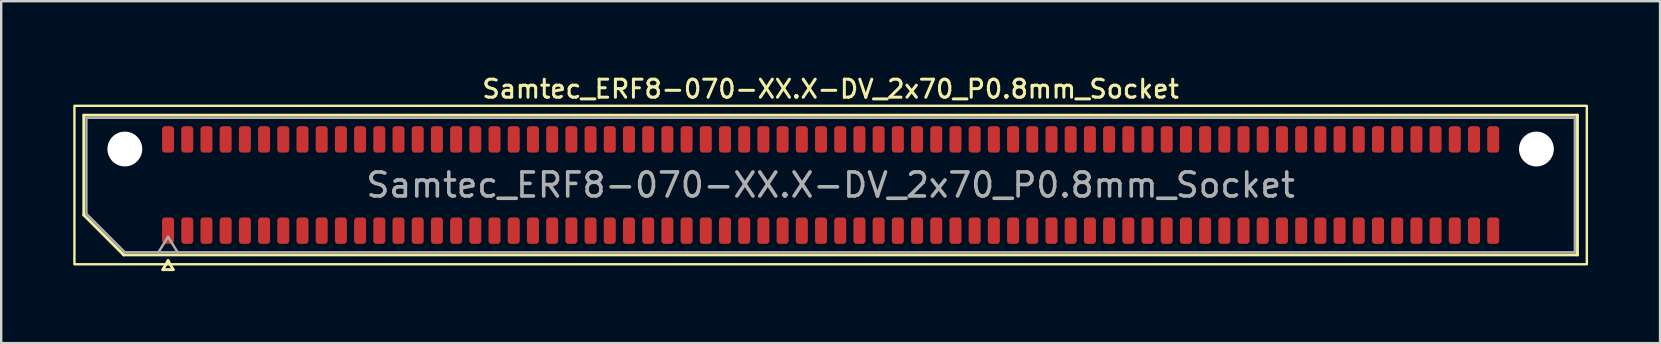
<source format=kicad_pcb>
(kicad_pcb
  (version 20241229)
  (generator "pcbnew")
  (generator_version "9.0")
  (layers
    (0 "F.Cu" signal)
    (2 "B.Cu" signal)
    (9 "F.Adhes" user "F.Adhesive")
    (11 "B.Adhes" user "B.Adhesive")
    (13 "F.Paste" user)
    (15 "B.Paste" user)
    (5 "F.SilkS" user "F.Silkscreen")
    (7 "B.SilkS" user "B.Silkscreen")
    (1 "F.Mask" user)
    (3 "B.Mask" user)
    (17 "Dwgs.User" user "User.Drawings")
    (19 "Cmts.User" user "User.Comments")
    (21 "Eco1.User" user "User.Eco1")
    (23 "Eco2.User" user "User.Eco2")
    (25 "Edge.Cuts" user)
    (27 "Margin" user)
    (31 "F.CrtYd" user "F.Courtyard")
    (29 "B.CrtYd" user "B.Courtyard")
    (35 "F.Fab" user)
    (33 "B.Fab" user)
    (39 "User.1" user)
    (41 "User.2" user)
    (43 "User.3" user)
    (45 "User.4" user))
  (footprint "Samtec_ERF8-070-XX.X-DV_2x70_P0.8mm_Socket"
    (layer "F.Cu")
    (at 31.55 4.658)
    (property "Reference" "Samtec_ERF8-070-XX.X-DV_2x70_P0.8mm_Socket" (at 0 -4 0) (layer "F.SilkS") (effects (font (size 0.75 0.75) (thickness 0.125))))
    (attr smd)
    (fp_line (start -31.11 -2.91) (end 31.11 -2.91) (stroke (width 0.12) (type solid)) (layer "F.SilkS"))
    (fp_line (start -31.11 1.246) (end -31.11 -2.91) (stroke (width 0.12) (type solid)) (layer "F.SilkS"))
    (fp_line (start -29.446 2.91) (end -31.11 1.246) (stroke (width 0.12) (type solid)) (layer "F.SilkS"))
    (fp_line (start -27.817 3.525) (end -27.6 3.15) (stroke (width 0.12) (type solid)) (layer "F.SilkS"))
    (fp_line (start -27.6 3.15) (end -27.383 3.525) (stroke (width 0.12) (type solid)) (layer "F.SilkS"))
    (fp_line (start -27.383 3.525) (end -27.817 3.525) (stroke (width 0.12) (type solid)) (layer "F.SilkS"))
    (fp_line (start 31.11 -2.91) (end 31.11 2.91) (stroke (width 0.12) (type solid)) (layer "F.SilkS"))
    (fp_line (start 31.11 2.91) (end -29.446 2.91) (stroke (width 0.12) (type solid)) (layer "F.SilkS"))
    (fp_rect (start -31.5 -3.3) (end 31.5 3.3) (stroke (width 0.1) (type solid)) (fill no) (layer "F.SilkS"))
    (fp_line (start -31 -2.8) (end 31 -2.8) (stroke (width 0.1) (type solid)) (layer "F.Fab"))
    (fp_line (start -31 1.2) (end -31 -2.8) (stroke (width 0.1) (type solid)) (layer "F.Fab"))
    (fp_line (start -29.4 2.8) (end -31 1.2) (stroke (width 0.1) (type solid)) (layer "F.Fab"))
    (fp_line (start -28 2.8) (end -27.6 2.16) (stroke (width 0.1) (type solid)) (layer "F.Fab"))
    (fp_line (start -27.6 2.16) (end -27.2 2.8) (stroke (width 0.1) (type solid)) (layer "F.Fab"))
    (fp_line (start 31 -2.8) (end 31 2.8) (stroke (width 0.1) (type solid)) (layer "F.Fab"))
    (fp_line (start 31 2.8) (end -29.4 2.8) (stroke (width 0.1) (type solid)) (layer "F.Fab"))
    (fp_text user "${REFERENCE}" (at 0 0 0) (layer "F.Fab") (effects (font (size 1 1) (thickness 0.15))))
    (pad "" np_thru_hole circle (at -29.4 -1.5) (size 1.45 1.45) (drill 1.45) (layers "*.Cu" "*.Mask"))
    (pad "" np_thru_hole circle (at 29.4 -1.5) (size 1.45 1.45) (drill 1.45) (layers "*.Cu" "*.Mask"))
    (pad "1" smd roundrect (at -27.6 1.9) (size 0.5 1.1) (layers "F.Cu" "F.Mask" "F.Paste") (roundrect_rratio 0.25))
    (pad "2" smd roundrect (at -27.6 -1.9) (size 0.5 1.1) (layers "F.Cu" "F.Mask" "F.Paste") (roundrect_rratio 0.25))
    (pad "3" smd roundrect (at -26.8 1.9) (size 0.5 1.1) (layers "F.Cu" "F.Mask" "F.Paste") (roundrect_rratio 0.25))
    (pad "4" smd roundrect (at -26.8 -1.9) (size 0.5 1.1) (layers "F.Cu" "F.Mask" "F.Paste") (roundrect_rratio 0.25))
    (pad "5" smd roundrect (at -26 1.9) (size 0.5 1.1) (layers "F.Cu" "F.Mask" "F.Paste") (roundrect_rratio 0.25))
    (pad "6" smd roundrect (at -26 -1.9) (size 0.5 1.1) (layers "F.Cu" "F.Mask" "F.Paste") (roundrect_rratio 0.25))
    (pad "7" smd roundrect (at -25.2 1.9) (size 0.5 1.1) (layers "F.Cu" "F.Mask" "F.Paste") (roundrect_rratio 0.25))
    (pad "8" smd roundrect (at -25.2 -1.9) (size 0.5 1.1) (layers "F.Cu" "F.Mask" "F.Paste") (roundrect_rratio 0.25))
    (pad "9" smd roundrect (at -24.4 1.9) (size 0.5 1.1) (layers "F.Cu" "F.Mask" "F.Paste") (roundrect_rratio 0.25))
    (pad "10" smd roundrect (at -24.4 -1.9) (size 0.5 1.1) (layers "F.Cu" "F.Mask" "F.Paste") (roundrect_rratio 0.25))
    (pad "11" smd roundrect (at -23.6 1.9) (size 0.5 1.1) (layers "F.Cu" "F.Mask" "F.Paste") (roundrect_rratio 0.25))
    (pad "12" smd roundrect (at -23.6 -1.9) (size 0.5 1.1) (layers "F.Cu" "F.Mask" "F.Paste") (roundrect_rratio 0.25))
    (pad "13" smd roundrect (at -22.8 1.9) (size 0.5 1.1) (layers "F.Cu" "F.Mask" "F.Paste") (roundrect_rratio 0.25))
    (pad "14" smd roundrect (at -22.8 -1.9) (size 0.5 1.1) (layers "F.Cu" "F.Mask" "F.Paste") (roundrect_rratio 0.25))
    (pad "15" smd roundrect (at -22 1.9) (size 0.5 1.1) (layers "F.Cu" "F.Mask" "F.Paste") (roundrect_rratio 0.25))
    (pad "16" smd roundrect (at -22 -1.9) (size 0.5 1.1) (layers "F.Cu" "F.Mask" "F.Paste") (roundrect_rratio 0.25))
    (pad "17" smd roundrect (at -21.2 1.9) (size 0.5 1.1) (layers "F.Cu" "F.Mask" "F.Paste") (roundrect_rratio 0.25))
    (pad "18" smd roundrect (at -21.2 -1.9) (size 0.5 1.1) (layers "F.Cu" "F.Mask" "F.Paste") (roundrect_rratio 0.25))
    (pad "19" smd roundrect (at -20.4 1.9) (size 0.5 1.1) (layers "F.Cu" "F.Mask" "F.Paste") (roundrect_rratio 0.25))
    (pad "20" smd roundrect (at -20.4 -1.9) (size 0.5 1.1) (layers "F.Cu" "F.Mask" "F.Paste") (roundrect_rratio 0.25))
    (pad "21" smd roundrect (at -19.6 1.9) (size 0.5 1.1) (layers "F.Cu" "F.Mask" "F.Paste") (roundrect_rratio 0.25))
    (pad "22" smd roundrect (at -19.6 -1.9) (size 0.5 1.1) (layers "F.Cu" "F.Mask" "F.Paste") (roundrect_rratio 0.25))
    (pad "23" smd roundrect (at -18.8 1.9) (size 0.5 1.1) (layers "F.Cu" "F.Mask" "F.Paste") (roundrect_rratio 0.25))
    (pad "24" smd roundrect (at -18.8 -1.9) (size 0.5 1.1) (layers "F.Cu" "F.Mask" "F.Paste") (roundrect_rratio 0.25))
    (pad "25" smd roundrect (at -18 1.9) (size 0.5 1.1) (layers "F.Cu" "F.Mask" "F.Paste") (roundrect_rratio 0.25))
    (pad "26" smd roundrect (at -18 -1.9) (size 0.5 1.1) (layers "F.Cu" "F.Mask" "F.Paste") (roundrect_rratio 0.25))
    (pad "27" smd roundrect (at -17.2 1.9) (size 0.5 1.1) (layers "F.Cu" "F.Mask" "F.Paste") (roundrect_rratio 0.25))
    (pad "28" smd roundrect (at -17.2 -1.9) (size 0.5 1.1) (layers "F.Cu" "F.Mask" "F.Paste") (roundrect_rratio 0.25))
    (pad "29" smd roundrect (at -16.4 1.9) (size 0.5 1.1) (layers "F.Cu" "F.Mask" "F.Paste") (roundrect_rratio 0.25))
    (pad "30" smd roundrect (at -16.4 -1.9) (size 0.5 1.1) (layers "F.Cu" "F.Mask" "F.Paste") (roundrect_rratio 0.25))
    (pad "31" smd roundrect (at -15.6 1.9) (size 0.5 1.1) (layers "F.Cu" "F.Mask" "F.Paste") (roundrect_rratio 0.25))
    (pad "32" smd roundrect (at -15.6 -1.9) (size 0.5 1.1) (layers "F.Cu" "F.Mask" "F.Paste") (roundrect_rratio 0.25))
    (pad "33" smd roundrect (at -14.8 1.9) (size 0.5 1.1) (layers "F.Cu" "F.Mask" "F.Paste") (roundrect_rratio 0.25))
    (pad "34" smd roundrect (at -14.8 -1.9) (size 0.5 1.1) (layers "F.Cu" "F.Mask" "F.Paste") (roundrect_rratio 0.25))
    (pad "35" smd roundrect (at -14 1.9) (size 0.5 1.1) (layers "F.Cu" "F.Mask" "F.Paste") (roundrect_rratio 0.25))
    (pad "36" smd roundrect (at -14 -1.9) (size 0.5 1.1) (layers "F.Cu" "F.Mask" "F.Paste") (roundrect_rratio 0.25))
    (pad "37" smd roundrect (at -13.2 1.9) (size 0.5 1.1) (layers "F.Cu" "F.Mask" "F.Paste") (roundrect_rratio 0.25))
    (pad "38" smd roundrect (at -13.2 -1.9) (size 0.5 1.1) (layers "F.Cu" "F.Mask" "F.Paste") (roundrect_rratio 0.25))
    (pad "39" smd roundrect (at -12.4 1.9) (size 0.5 1.1) (layers "F.Cu" "F.Mask" "F.Paste") (roundrect_rratio 0.25))
    (pad "40" smd roundrect (at -12.4 -1.9) (size 0.5 1.1) (layers "F.Cu" "F.Mask" "F.Paste") (roundrect_rratio 0.25))
    (pad "41" smd roundrect (at -11.6 1.9) (size 0.5 1.1) (layers "F.Cu" "F.Mask" "F.Paste") (roundrect_rratio 0.25))
    (pad "42" smd roundrect (at -11.6 -1.9) (size 0.5 1.1) (layers "F.Cu" "F.Mask" "F.Paste") (roundrect_rratio 0.25))
    (pad "43" smd roundrect (at -10.8 1.9) (size 0.5 1.1) (layers "F.Cu" "F.Mask" "F.Paste") (roundrect_rratio 0.25))
    (pad "44" smd roundrect (at -10.8 -1.9) (size 0.5 1.1) (layers "F.Cu" "F.Mask" "F.Paste") (roundrect_rratio 0.25))
    (pad "45" smd roundrect (at -10 1.9) (size 0.5 1.1) (layers "F.Cu" "F.Mask" "F.Paste") (roundrect_rratio 0.25))
    (pad "46" smd roundrect (at -10 -1.9) (size 0.5 1.1) (layers "F.Cu" "F.Mask" "F.Paste") (roundrect_rratio 0.25))
    (pad "47" smd roundrect (at -9.2 1.9) (size 0.5 1.1) (layers "F.Cu" "F.Mask" "F.Paste") (roundrect_rratio 0.25))
    (pad "48" smd roundrect (at -9.2 -1.9) (size 0.5 1.1) (layers "F.Cu" "F.Mask" "F.Paste") (roundrect_rratio 0.25))
    (pad "49" smd roundrect (at -8.4 1.9) (size 0.5 1.1) (layers "F.Cu" "F.Mask" "F.Paste") (roundrect_rratio 0.25))
    (pad "50" smd roundrect (at -8.4 -1.9) (size 0.5 1.1) (layers "F.Cu" "F.Mask" "F.Paste") (roundrect_rratio 0.25))
    (pad "51" smd roundrect (at -7.6 1.9) (size 0.5 1.1) (layers "F.Cu" "F.Mask" "F.Paste") (roundrect_rratio 0.25))
    (pad "52" smd roundrect (at -7.6 -1.9) (size 0.5 1.1) (layers "F.Cu" "F.Mask" "F.Paste") (roundrect_rratio 0.25))
    (pad "53" smd roundrect (at -6.8 1.9) (size 0.5 1.1) (layers "F.Cu" "F.Mask" "F.Paste") (roundrect_rratio 0.25))
    (pad "54" smd roundrect (at -6.8 -1.9) (size 0.5 1.1) (layers "F.Cu" "F.Mask" "F.Paste") (roundrect_rratio 0.25))
    (pad "55" smd roundrect (at -6 1.9) (size 0.5 1.1) (layers "F.Cu" "F.Mask" "F.Paste") (roundrect_rratio 0.25))
    (pad "56" smd roundrect (at -6 -1.9) (size 0.5 1.1) (layers "F.Cu" "F.Mask" "F.Paste") (roundrect_rratio 0.25))
    (pad "57" smd roundrect (at -5.2 1.9) (size 0.5 1.1) (layers "F.Cu" "F.Mask" "F.Paste") (roundrect_rratio 0.25))
    (pad "58" smd roundrect (at -5.2 -1.9) (size 0.5 1.1) (layers "F.Cu" "F.Mask" "F.Paste") (roundrect_rratio 0.25))
    (pad "59" smd roundrect (at -4.4 1.9) (size 0.5 1.1) (layers "F.Cu" "F.Mask" "F.Paste") (roundrect_rratio 0.25))
    (pad "60" smd roundrect (at -4.4 -1.9) (size 0.5 1.1) (layers "F.Cu" "F.Mask" "F.Paste") (roundrect_rratio 0.25))
    (pad "61" smd roundrect (at -3.6 1.9) (size 0.5 1.1) (layers "F.Cu" "F.Mask" "F.Paste") (roundrect_rratio 0.25))
    (pad "62" smd roundrect (at -3.6 -1.9) (size 0.5 1.1) (layers "F.Cu" "F.Mask" "F.Paste") (roundrect_rratio 0.25))
    (pad "63" smd roundrect (at -2.8 1.9) (size 0.5 1.1) (layers "F.Cu" "F.Mask" "F.Paste") (roundrect_rratio 0.25))
    (pad "64" smd roundrect (at -2.8 -1.9) (size 0.5 1.1) (layers "F.Cu" "F.Mask" "F.Paste") (roundrect_rratio 0.25))
    (pad "65" smd roundrect (at -2 1.9) (size 0.5 1.1) (layers "F.Cu" "F.Mask" "F.Paste") (roundrect_rratio 0.25))
    (pad "66" smd roundrect (at -2 -1.9) (size 0.5 1.1) (layers "F.Cu" "F.Mask" "F.Paste") (roundrect_rratio 0.25))
    (pad "67" smd roundrect (at -1.2 1.9) (size 0.5 1.1) (layers "F.Cu" "F.Mask" "F.Paste") (roundrect_rratio 0.25))
    (pad "68" smd roundrect (at -1.2 -1.9) (size 0.5 1.1) (layers "F.Cu" "F.Mask" "F.Paste") (roundrect_rratio 0.25))
    (pad "69" smd roundrect (at -0.4 1.9) (size 0.5 1.1) (layers "F.Cu" "F.Mask" "F.Paste") (roundrect_rratio 0.25))
    (pad "70" smd roundrect (at -0.4 -1.9) (size 0.5 1.1) (layers "F.Cu" "F.Mask" "F.Paste") (roundrect_rratio 0.25))
    (pad "71" smd roundrect (at 0.4 1.9) (size 0.5 1.1) (layers "F.Cu" "F.Mask" "F.Paste") (roundrect_rratio 0.25))
    (pad "72" smd roundrect (at 0.4 -1.9) (size 0.5 1.1) (layers "F.Cu" "F.Mask" "F.Paste") (roundrect_rratio 0.25))
    (pad "73" smd roundrect (at 1.2 1.9) (size 0.5 1.1) (layers "F.Cu" "F.Mask" "F.Paste") (roundrect_rratio 0.25))
    (pad "74" smd roundrect (at 1.2 -1.9) (size 0.5 1.1) (layers "F.Cu" "F.Mask" "F.Paste") (roundrect_rratio 0.25))
    (pad "75" smd roundrect (at 2 1.9) (size 0.5 1.1) (layers "F.Cu" "F.Mask" "F.Paste") (roundrect_rratio 0.25))
    (pad "76" smd roundrect (at 2 -1.9) (size 0.5 1.1) (layers "F.Cu" "F.Mask" "F.Paste") (roundrect_rratio 0.25))
    (pad "77" smd roundrect (at 2.8 1.9) (size 0.5 1.1) (layers "F.Cu" "F.Mask" "F.Paste") (roundrect_rratio 0.25))
    (pad "78" smd roundrect (at 2.8 -1.9) (size 0.5 1.1) (layers "F.Cu" "F.Mask" "F.Paste") (roundrect_rratio 0.25))
    (pad "79" smd roundrect (at 3.6 1.9) (size 0.5 1.1) (layers "F.Cu" "F.Mask" "F.Paste") (roundrect_rratio 0.25))
    (pad "80" smd roundrect (at 3.6 -1.9) (size 0.5 1.1) (layers "F.Cu" "F.Mask" "F.Paste") (roundrect_rratio 0.25))
    (pad "81" smd roundrect (at 4.4 1.9) (size 0.5 1.1) (layers "F.Cu" "F.Mask" "F.Paste") (roundrect_rratio 0.25))
    (pad "82" smd roundrect (at 4.4 -1.9) (size 0.5 1.1) (layers "F.Cu" "F.Mask" "F.Paste") (roundrect_rratio 0.25))
    (pad "83" smd roundrect (at 5.2 1.9) (size 0.5 1.1) (layers "F.Cu" "F.Mask" "F.Paste") (roundrect_rratio 0.25))
    (pad "84" smd roundrect (at 5.2 -1.9) (size 0.5 1.1) (layers "F.Cu" "F.Mask" "F.Paste") (roundrect_rratio 0.25))
    (pad "85" smd roundrect (at 6 1.9) (size 0.5 1.1) (layers "F.Cu" "F.Mask" "F.Paste") (roundrect_rratio 0.25))
    (pad "86" smd roundrect (at 6 -1.9) (size 0.5 1.1) (layers "F.Cu" "F.Mask" "F.Paste") (roundrect_rratio 0.25))
    (pad "87" smd roundrect (at 6.8 1.9) (size 0.5 1.1) (layers "F.Cu" "F.Mask" "F.Paste") (roundrect_rratio 0.25))
    (pad "88" smd roundrect (at 6.8 -1.9) (size 0.5 1.1) (layers "F.Cu" "F.Mask" "F.Paste") (roundrect_rratio 0.25))
    (pad "89" smd roundrect (at 7.6 1.9) (size 0.5 1.1) (layers "F.Cu" "F.Mask" "F.Paste") (roundrect_rratio 0.25))
    (pad "90" smd roundrect (at 7.6 -1.9) (size 0.5 1.1) (layers "F.Cu" "F.Mask" "F.Paste") (roundrect_rratio 0.25))
    (pad "91" smd roundrect (at 8.4 1.9) (size 0.5 1.1) (layers "F.Cu" "F.Mask" "F.Paste") (roundrect_rratio 0.25))
    (pad "92" smd roundrect (at 8.4 -1.9) (size 0.5 1.1) (layers "F.Cu" "F.Mask" "F.Paste") (roundrect_rratio 0.25))
    (pad "93" smd roundrect (at 9.2 1.9) (size 0.5 1.1) (layers "F.Cu" "F.Mask" "F.Paste") (roundrect_rratio 0.25))
    (pad "94" smd roundrect (at 9.2 -1.9) (size 0.5 1.1) (layers "F.Cu" "F.Mask" "F.Paste") (roundrect_rratio 0.25))
    (pad "95" smd roundrect (at 10 1.9) (size 0.5 1.1) (layers "F.Cu" "F.Mask" "F.Paste") (roundrect_rratio 0.25))
    (pad "96" smd roundrect (at 10 -1.9) (size 0.5 1.1) (layers "F.Cu" "F.Mask" "F.Paste") (roundrect_rratio 0.25))
    (pad "97" smd roundrect (at 10.8 1.9) (size 0.5 1.1) (layers "F.Cu" "F.Mask" "F.Paste") (roundrect_rratio 0.25))
    (pad "98" smd roundrect (at 10.8 -1.9) (size 0.5 1.1) (layers "F.Cu" "F.Mask" "F.Paste") (roundrect_rratio 0.25))
    (pad "99" smd roundrect (at 11.6 1.9) (size 0.5 1.1) (layers "F.Cu" "F.Mask" "F.Paste") (roundrect_rratio 0.25))
    (pad "100" smd roundrect (at 11.6 -1.9) (size 0.5 1.1) (layers "F.Cu" "F.Mask" "F.Paste") (roundrect_rratio 0.25))
    (pad "101" smd roundrect (at 12.4 1.9) (size 0.5 1.1) (layers "F.Cu" "F.Mask" "F.Paste") (roundrect_rratio 0.25))
    (pad "102" smd roundrect (at 12.4 -1.9) (size 0.5 1.1) (layers "F.Cu" "F.Mask" "F.Paste") (roundrect_rratio 0.25))
    (pad "103" smd roundrect (at 13.2 1.9) (size 0.5 1.1) (layers "F.Cu" "F.Mask" "F.Paste") (roundrect_rratio 0.25))
    (pad "104" smd roundrect (at 13.2 -1.9) (size 0.5 1.1) (layers "F.Cu" "F.Mask" "F.Paste") (roundrect_rratio 0.25))
    (pad "105" smd roundrect (at 14 1.9) (size 0.5 1.1) (layers "F.Cu" "F.Mask" "F.Paste") (roundrect_rratio 0.25))
    (pad "106" smd roundrect (at 14 -1.9) (size 0.5 1.1) (layers "F.Cu" "F.Mask" "F.Paste") (roundrect_rratio 0.25))
    (pad "107" smd roundrect (at 14.8 1.9) (size 0.5 1.1) (layers "F.Cu" "F.Mask" "F.Paste") (roundrect_rratio 0.25))
    (pad "108" smd roundrect (at 14.8 -1.9) (size 0.5 1.1) (layers "F.Cu" "F.Mask" "F.Paste") (roundrect_rratio 0.25))
    (pad "109" smd roundrect (at 15.6 1.9) (size 0.5 1.1) (layers "F.Cu" "F.Mask" "F.Paste") (roundrect_rratio 0.25))
    (pad "110" smd roundrect (at 15.6 -1.9) (size 0.5 1.1) (layers "F.Cu" "F.Mask" "F.Paste") (roundrect_rratio 0.25))
    (pad "111" smd roundrect (at 16.4 1.9) (size 0.5 1.1) (layers "F.Cu" "F.Mask" "F.Paste") (roundrect_rratio 0.25))
    (pad "112" smd roundrect (at 16.4 -1.9) (size 0.5 1.1) (layers "F.Cu" "F.Mask" "F.Paste") (roundrect_rratio 0.25))
    (pad "113" smd roundrect (at 17.2 1.9) (size 0.5 1.1) (layers "F.Cu" "F.Mask" "F.Paste") (roundrect_rratio 0.25))
    (pad "114" smd roundrect (at 17.2 -1.9) (size 0.5 1.1) (layers "F.Cu" "F.Mask" "F.Paste") (roundrect_rratio 0.25))
    (pad "115" smd roundrect (at 18 1.9) (size 0.5 1.1) (layers "F.Cu" "F.Mask" "F.Paste") (roundrect_rratio 0.25))
    (pad "116" smd roundrect (at 18 -1.9) (size 0.5 1.1) (layers "F.Cu" "F.Mask" "F.Paste") (roundrect_rratio 0.25))
    (pad "117" smd roundrect (at 18.8 1.9) (size 0.5 1.1) (layers "F.Cu" "F.Mask" "F.Paste") (roundrect_rratio 0.25))
    (pad "118" smd roundrect (at 18.8 -1.9) (size 0.5 1.1) (layers "F.Cu" "F.Mask" "F.Paste") (roundrect_rratio 0.25))
    (pad "119" smd roundrect (at 19.6 1.9) (size 0.5 1.1) (layers "F.Cu" "F.Mask" "F.Paste") (roundrect_rratio 0.25))
    (pad "120" smd roundrect (at 19.6 -1.9) (size 0.5 1.1) (layers "F.Cu" "F.Mask" "F.Paste") (roundrect_rratio 0.25))
    (pad "121" smd roundrect (at 20.4 1.9) (size 0.5 1.1) (layers "F.Cu" "F.Mask" "F.Paste") (roundrect_rratio 0.25))
    (pad "122" smd roundrect (at 20.4 -1.9) (size 0.5 1.1) (layers "F.Cu" "F.Mask" "F.Paste") (roundrect_rratio 0.25))
    (pad "123" smd roundrect (at 21.2 1.9) (size 0.5 1.1) (layers "F.Cu" "F.Mask" "F.Paste") (roundrect_rratio 0.25))
    (pad "124" smd roundrect (at 21.2 -1.9) (size 0.5 1.1) (layers "F.Cu" "F.Mask" "F.Paste") (roundrect_rratio 0.25))
    (pad "125" smd roundrect (at 22 1.9) (size 0.5 1.1) (layers "F.Cu" "F.Mask" "F.Paste") (roundrect_rratio 0.25))
    (pad "126" smd roundrect (at 22 -1.9) (size 0.5 1.1) (layers "F.Cu" "F.Mask" "F.Paste") (roundrect_rratio 0.25))
    (pad "127" smd roundrect (at 22.8 1.9) (size 0.5 1.1) (layers "F.Cu" "F.Mask" "F.Paste") (roundrect_rratio 0.25))
    (pad "128" smd roundrect (at 22.8 -1.9) (size 0.5 1.1) (layers "F.Cu" "F.Mask" "F.Paste") (roundrect_rratio 0.25))
    (pad "129" smd roundrect (at 23.6 1.9) (size 0.5 1.1) (layers "F.Cu" "F.Mask" "F.Paste") (roundrect_rratio 0.25))
    (pad "130" smd roundrect (at 23.6 -1.9) (size 0.5 1.1) (layers "F.Cu" "F.Mask" "F.Paste") (roundrect_rratio 0.25))
    (pad "131" smd roundrect (at 24.4 1.9) (size 0.5 1.1) (layers "F.Cu" "F.Mask" "F.Paste") (roundrect_rratio 0.25))
    (pad "132" smd roundrect (at 24.4 -1.9) (size 0.5 1.1) (layers "F.Cu" "F.Mask" "F.Paste") (roundrect_rratio 0.25))
    (pad "133" smd roundrect (at 25.2 1.9) (size 0.5 1.1) (layers "F.Cu" "F.Mask" "F.Paste") (roundrect_rratio 0.25))
    (pad "134" smd roundrect (at 25.2 -1.9) (size 0.5 1.1) (layers "F.Cu" "F.Mask" "F.Paste") (roundrect_rratio 0.25))
    (pad "135" smd roundrect (at 26 1.9) (size 0.5 1.1) (layers "F.Cu" "F.Mask" "F.Paste") (roundrect_rratio 0.25))
    (pad "136" smd roundrect (at 26 -1.9) (size 0.5 1.1) (layers "F.Cu" "F.Mask" "F.Paste") (roundrect_rratio 0.25))
    (pad "137" smd roundrect (at 26.8 1.9) (size 0.5 1.1) (layers "F.Cu" "F.Mask" "F.Paste") (roundrect_rratio 0.25))
    (pad "138" smd roundrect (at 26.8 -1.9) (size 0.5 1.1) (layers "F.Cu" "F.Mask" "F.Paste") (roundrect_rratio 0.25))
    (pad "139" smd roundrect (at 27.6 1.9) (size 0.5 1.1) (layers "F.Cu" "F.Mask" "F.Paste") (roundrect_rratio 0.25))
    (pad "140" smd roundrect (at 27.6 -1.9) (size 0.5 1.1) (layers "F.Cu" "F.Mask" "F.Paste") (roundrect_rratio 0.25)))
  (gr_rect
    (start -3 -3)
    (end 66.1 11.243)
    (stroke (width 0.1) (type default))
    (fill no)
    (layer "Edge.Cuts")))
</source>
